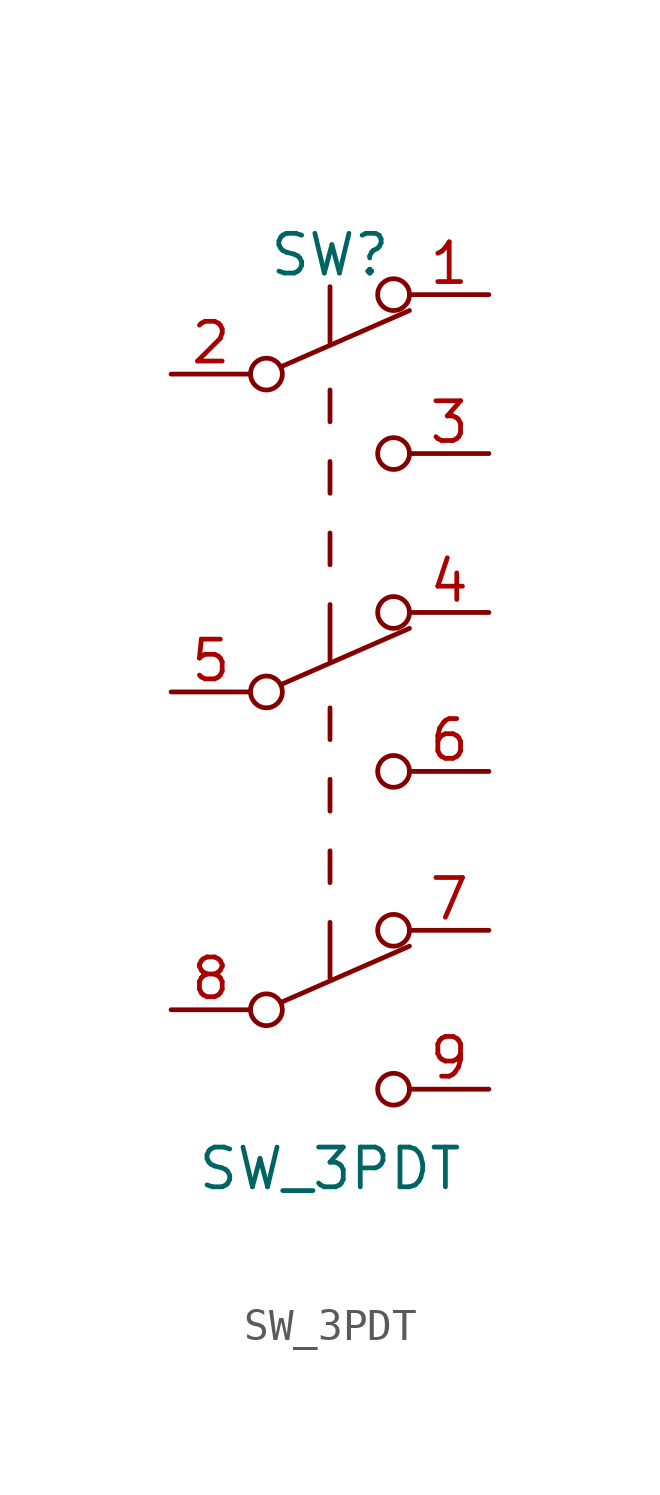
<source format=kicad_sym>
(kicad_symbol_lib
  (version 20211014)
  (generator kicad_symbol_editor)
  (symbol "SW_3PDT"
    (pin_names
      (offset 0) hide)
    (property "Reference" "SW"
      (at 0 13.97 0)
      (effects (font (size 1.27 1.27))))
    (property "Value" "SW_3PDT"
      (at 0 -15.24 0)
      (effects (font (size 1.27 1.27))))
    (symbol "SW_3PDT_0_0"
      (circle (center -2.032 -10.16) (radius 0.508) (stroke (width 0) (type default) (color 0 0 0 0)) (fill (type none)))
      (circle (center -2.032 10.16) (radius 0.508) (stroke (width 0) (type default) (color 0 0 0 0)) (fill (type none)))
      (circle (center 2.032 -12.7) (radius 0.508) (stroke (width 0) (type default) (color 0 0 0 0)) (fill (type none)))
      (circle (center 2.032 7.62) (radius 0.508) (stroke (width 0) (type default) (color 0 0 0 0)) (fill (type none))))
    (symbol "SW_3PDT_0_1"
      (polyline (pts (xy -1.524 -9.906) (xy 2.54 -8.128)) (stroke (width 0) (type default) (color 0 0 0 0)) (fill (type none)))
      (polyline (pts (xy -1.524 10.414) (xy 2.54 12.192)) (stroke (width 0) (type default) (color 0 0 0 0)) (fill (type none)))
      (polyline (pts (xy 0 -7.366) (xy 0 -9.144)) (stroke (width 0) (type default) (color 0 0 0 0)) (fill (type none)))
      (polyline (pts (xy 0 -6.096) (xy 0 -5.08)) (stroke (width 0) (type default) (color 0 0 0 0)) (fill (type none)))
      (polyline (pts (xy 0 6.35) (xy 0 7.366)) (stroke (width 0) (type default) (color 0 0 0 0)) (fill (type none)))
      (polyline (pts (xy 0 8.636) (xy 0 9.652)) (stroke (width 0) (type default) (color 0 0 0 0)) (fill (type none)))
      (polyline (pts (xy 0 12.954) (xy 0 11.176)) (stroke (width 0) (type default) (color 0 0 0 0)) (fill (type none)))
      (circle (center 2.032 -7.62) (radius 0.508) (stroke (width 0) (type default) (color 0 0 0 0)) (fill (type none)))
      (circle (center 2.032 12.7) (radius 0.508) (stroke (width 0) (type default) (color 0 0 0 0)) (fill (type none))))
    (symbol "SW_3PDT_1_1"
      (circle (center -2.032 0) (radius 0.508) (stroke (width 0) (type default) (color 0 0 0 0)) (fill (type none)))
      (polyline (pts (xy -1.524 0.254) (xy 2.54 2.032)) (stroke (width 0) (type default) (color 0 0 0 0)) (fill (type none)))
      (polyline (pts (xy 0 -3.81) (xy 0 -2.794)) (stroke (width 0) (type default) (color 0 0 0 0)) (fill (type none)))
      (polyline (pts (xy 0 -1.524) (xy 0 -0.508)) (stroke (width 0) (type default) (color 0 0 0 0)) (fill (type none)))
      (polyline (pts (xy 0 2.794) (xy 0 1.016)) (stroke (width 0) (type default) (color 0 0 0 0)) (fill (type none)))
      (polyline (pts (xy 0 4.064) (xy 0 5.08)) (stroke (width 0) (type default) (color 0 0 0 0)) (fill (type none)))
      (circle (center 2.032 -2.54) (radius 0.508) (stroke (width 0) (type default) (color 0 0 0 0)) (fill (type none)))
      (circle (center 2.032 2.54) (radius 0.508) (stroke (width 0) (type default) (color 0 0 0 0)) (fill (type none)))
      (pin passive line (at 5.08 12.7 180) (length 2.54) (name "A" (effects (font (size 1.27 1.27)))) (number "1" (effects (font (size 1.27 1.27)))))
      (pin passive line (at -5.08 10.16 0) (length 2.54) (name "B" (effects (font (size 1.27 1.27)))) (number "2" (effects (font (size 1.27 1.27)))))
      (pin passive line (at 5.08 7.62 180) (length 2.54) (name "C" (effects (font (size 1.27 1.27)))) (number "3" (effects (font (size 1.27 1.27)))))
      (pin passive line (at 5.08 2.54 180) (length 2.54) (name "A" (effects (font (size 1.27 1.27)))) (number "4" (effects (font (size 1.27 1.27)))))
      (pin passive line (at -5.08 0 0) (length 2.54) (name "B" (effects (font (size 1.27 1.27)))) (number "5" (effects (font (size 1.27 1.27)))))
      (pin passive line (at 5.08 -2.54 180) (length 2.54) (name "C" (effects (font (size 1.27 1.27)))) (number "6" (effects (font (size 1.27 1.27)))))
      (pin passive line (at 5.08 -7.62 180) (length 2.54) (name "A" (effects (font (size 1.27 1.27)))) (number "7" (effects (font (size 1.27 1.27)))))
      (pin passive line (at -5.08 -10.16 0) (length 2.54) (name "B" (effects (font (size 1.27 1.27)))) (number "8" (effects (font (size 1.27 1.27)))))
      (pin passive line (at 5.08 -12.7 180) (length 2.54) (name "C" (effects (font (size 1.27 1.27)))) (number "9" (effects (font (size 1.27 1.27))))))))
</source>
